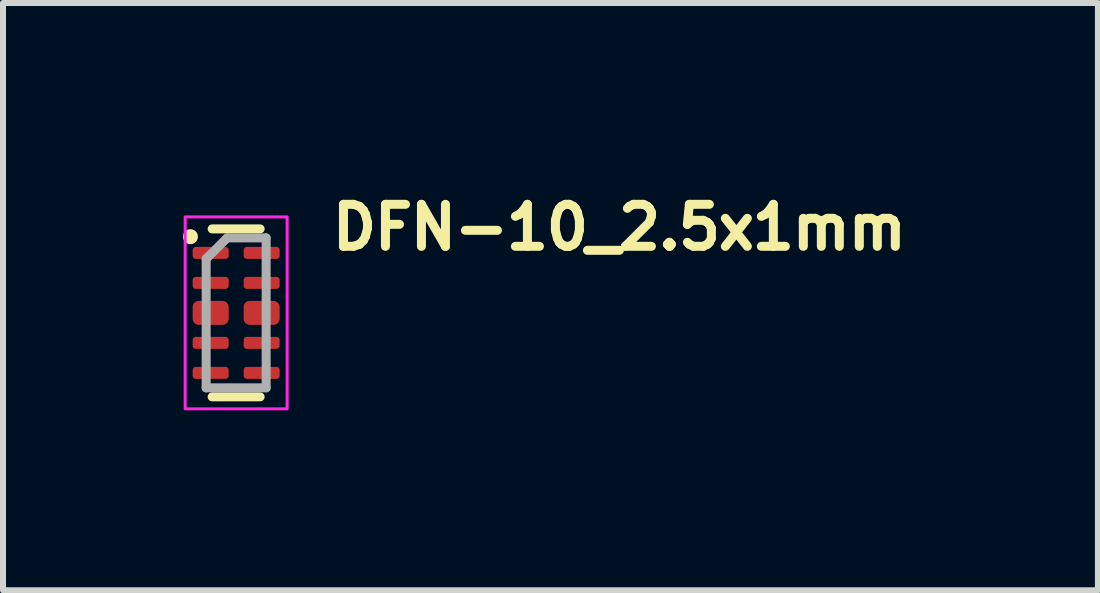
<source format=kicad_pcb>
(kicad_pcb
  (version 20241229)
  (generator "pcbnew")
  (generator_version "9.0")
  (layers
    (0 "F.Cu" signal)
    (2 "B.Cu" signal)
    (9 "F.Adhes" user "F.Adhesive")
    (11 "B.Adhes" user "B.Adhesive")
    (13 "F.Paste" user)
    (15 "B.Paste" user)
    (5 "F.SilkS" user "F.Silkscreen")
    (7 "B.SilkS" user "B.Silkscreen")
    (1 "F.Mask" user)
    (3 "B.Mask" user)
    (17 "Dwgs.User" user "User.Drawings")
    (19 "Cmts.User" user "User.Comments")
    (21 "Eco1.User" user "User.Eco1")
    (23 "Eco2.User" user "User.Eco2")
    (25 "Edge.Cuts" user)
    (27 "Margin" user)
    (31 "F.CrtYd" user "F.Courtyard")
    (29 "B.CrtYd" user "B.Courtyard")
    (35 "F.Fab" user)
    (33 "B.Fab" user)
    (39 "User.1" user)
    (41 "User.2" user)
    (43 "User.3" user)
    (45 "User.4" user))
  (footprint "DFN-10_2.5x1mm"
    (layer "F.Cu")
    (at 0.887 2.166)
    (property "Reference" "DFN-10_2.5x1mm" (at 1.524 -1.016 0) (layer "F.SilkS") (effects (font (size 0.7 0.7) (thickness 0.15)) (justify left bottom)))
    (attr smd)
    (fp_line (start -0.4 1.4) (end 0.4 1.4) (stroke (width 0.15) (type solid)) (layer "F.SilkS"))
    (fp_line (start 0.4 -1.4) (end -0.4 -1.4) (stroke (width 0.15) (type solid)) (layer "F.SilkS"))
    (fp_circle (center -0.762 -1.27) (end -0.712 -1.27) (stroke (width 0.15) (type solid)) (fill yes) (layer "F.SilkS"))
    (fp_rect (start -0.85 -1.6) (end 0.85 1.6) (stroke (width 0.05) (type solid)) (fill no) (layer "F.CrtYd"))
    (fp_line (start -0.5 -0.9) (end -0.5 1.25) (stroke (width 0.15) (type solid)) (layer "F.Fab"))
    (fp_line (start -0.5 1.25) (end 0.5 1.25) (stroke (width 0.15) (type solid)) (layer "F.Fab"))
    (fp_line (start -0.15 -1.25) (end -0.5 -0.9) (stroke (width 0.15) (type solid)) (layer "F.Fab"))
    (fp_line (start 0.5 -1.25) (end -0.15 -1.25) (stroke (width 0.15) (type solid)) (layer "F.Fab"))
    (fp_line (start 0.5 1.25) (end 0.5 -1.25) (stroke (width 0.15) (type solid)) (layer "F.Fab"))
    (fp_rect (start -0.5 -1.25) (end 0.5 1.25) (stroke (width 0.15) (type solid)) (fill no) (layer "User.5"))
    (fp_rect (start 0.5 -1.25) (end -0.5 1.25) (stroke (width 0.02) (type solid)) (fill no) (layer "User.9"))
    (pad "1" smd roundrect (at -0.425 -1 270) (size 0.2 0.6) (layers "F.Cu" "F.Mask" "F.Paste") (roundrect_rratio 0.25))
    (pad "2" smd roundrect (at -0.425 -0.5 270) (size 0.2 0.6) (layers "F.Cu" "F.Mask" "F.Paste") (roundrect_rratio 0.25))
    (pad "3" smd roundrect (at -0.425 0 270) (size 0.4 0.6) (layers "F.Cu" "F.Mask" "F.Paste") (roundrect_rratio 0.25))
    (pad "4" smd roundrect (at -0.425 0.5 270) (size 0.2 0.6) (layers "F.Cu" "F.Mask" "F.Paste") (roundrect_rratio 0.25))
    (pad "5" smd roundrect (at -0.425 1 270) (size 0.2 0.6) (layers "F.Cu" "F.Mask" "F.Paste") (roundrect_rratio 0.25))
    (pad "6" smd roundrect (at 0.425 1 270) (size 0.2 0.6) (layers "F.Cu" "F.Mask" "F.Paste") (roundrect_rratio 0.25))
    (pad "7" smd roundrect (at 0.425 0.5 270) (size 0.2 0.6) (layers "F.Cu" "F.Mask" "F.Paste") (roundrect_rratio 0.25))
    (pad "8" smd roundrect (at 0.425 0 270) (size 0.4 0.6) (layers "F.Cu" "F.Mask" "F.Paste") (roundrect_rratio 0.25))
    (pad "9" smd roundrect (at 0.425 -0.5 270) (size 0.2 0.6) (layers "F.Cu" "F.Mask" "F.Paste") (roundrect_rratio 0.25))
    (pad "10" smd roundrect (at 0.425 -1 270) (size 0.2 0.6) (layers "F.Cu" "F.Mask" "F.Paste") (roundrect_rratio 0.25)))
  (gr_rect
    (start -3 -3)
    (end 15.254 6.791)
    (stroke (width 0.1) (type default))
    (fill no)
    (layer "Edge.Cuts")))
</source>
